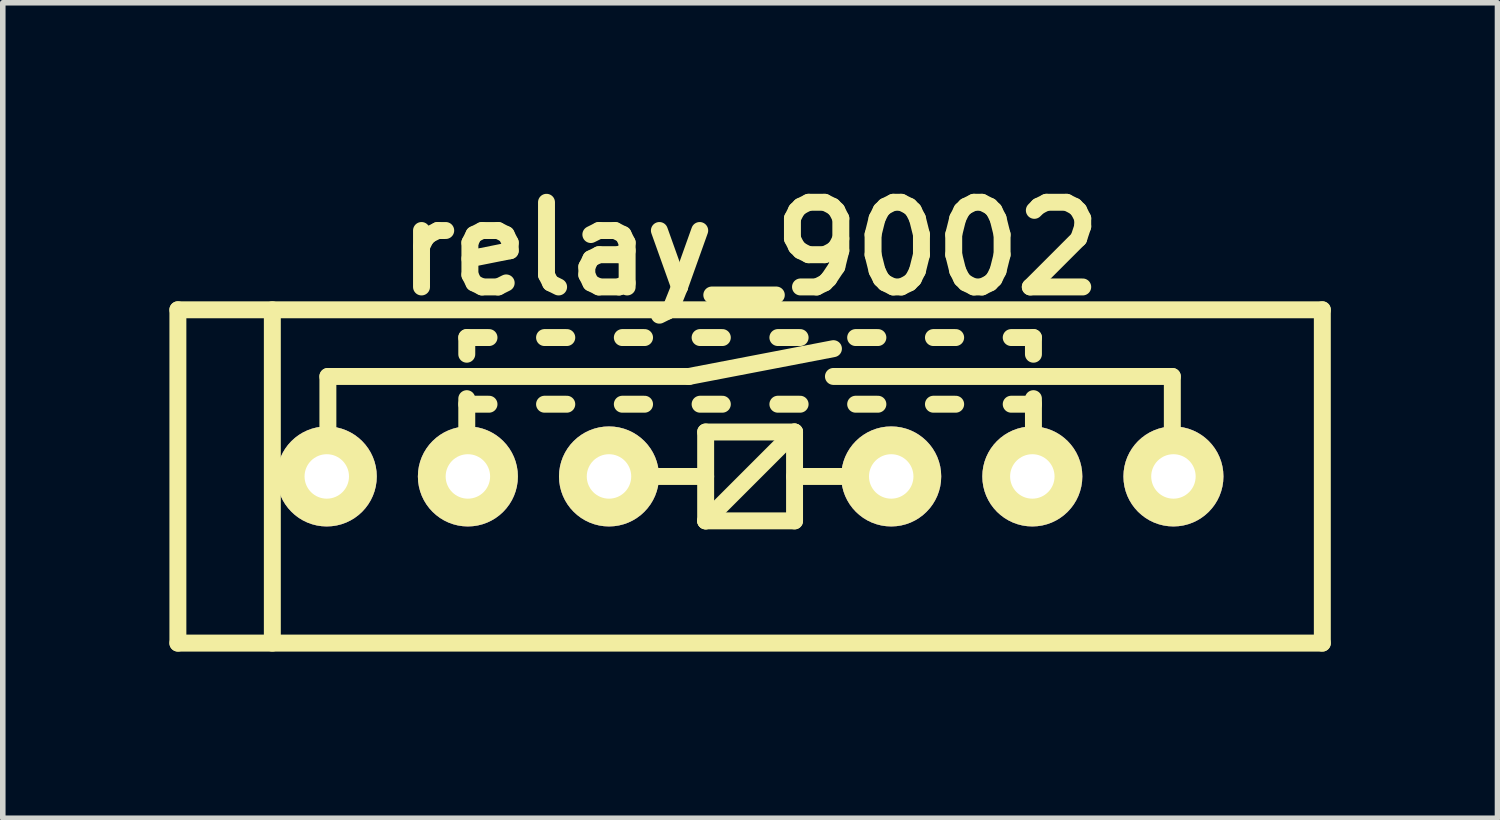
<source format=kicad_pcb>
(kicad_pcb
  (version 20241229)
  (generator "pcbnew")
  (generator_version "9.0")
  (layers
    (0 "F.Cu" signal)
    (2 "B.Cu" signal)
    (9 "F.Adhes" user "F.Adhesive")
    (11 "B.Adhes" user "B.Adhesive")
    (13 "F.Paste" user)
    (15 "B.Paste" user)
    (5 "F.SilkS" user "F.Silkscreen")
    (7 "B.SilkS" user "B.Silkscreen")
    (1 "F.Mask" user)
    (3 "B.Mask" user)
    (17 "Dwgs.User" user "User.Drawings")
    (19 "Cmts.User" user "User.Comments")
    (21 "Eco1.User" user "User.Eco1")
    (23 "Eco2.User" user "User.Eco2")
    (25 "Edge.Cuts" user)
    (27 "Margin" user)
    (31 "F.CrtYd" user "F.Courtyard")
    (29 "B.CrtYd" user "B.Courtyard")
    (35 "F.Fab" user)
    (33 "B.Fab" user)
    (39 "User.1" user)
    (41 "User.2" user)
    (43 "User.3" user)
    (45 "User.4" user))
  (footprint "relay_9002"
    (layer "F.Cu")
    (at 10.452 5.526)
    (property "Reference" "relay_9002" (at 0 -4.1 0) (layer "F.SilkS") (effects (font (size 1.524 1.524) (thickness 0.305))))
    (attr through_hole)
    (fp_line (start -10.3 -3) (end -10.3 3) (stroke (width 0.305) (type solid)) (layer "F.SilkS"))
    (fp_line (start -10.3 -3) (end 10.3 -3) (stroke (width 0.305) (type solid)) (layer "F.SilkS"))
    (fp_line (start -10.3 3) (end 10.3 3) (stroke (width 0.305) (type solid)) (layer "F.SilkS"))
    (fp_line (start -8.6 -3) (end -8.6 3) (stroke (width 0.305) (type solid)) (layer "F.SilkS"))
    (fp_line (start -7.6 -1.8) (end -7.6 0) (stroke (width 0.305) (type solid)) (layer "F.SilkS"))
    (fp_line (start -7.6 -1.8) (end -1.1 -1.8) (stroke (width 0.305) (type solid)) (layer "F.SilkS"))
    (fp_line (start -5.1 -2.5) (end -4.7 -2.5) (stroke (width 0.305) (type solid)) (layer "F.SilkS"))
    (fp_line (start -5.1 -2.2) (end -5.1 -2.5) (stroke (width 0.305) (type solid)) (layer "F.SilkS"))
    (fp_line (start -5.1 -1.3) (end -4.7 -1.3) (stroke (width 0.305) (type solid)) (layer "F.SilkS"))
    (fp_line (start -5.1 0) (end -5.1 -1.4) (stroke (width 0.305) (type solid)) (layer "F.SilkS"))
    (fp_line (start -3.7 -2.5) (end -3.3 -2.5) (stroke (width 0.305) (type solid)) (layer "F.SilkS"))
    (fp_line (start -3.7 -1.3) (end -3.3 -1.3) (stroke (width 0.305) (type solid)) (layer "F.SilkS"))
    (fp_line (start -2.5 0) (end -0.8 0) (stroke (width 0.305) (type solid)) (layer "F.SilkS"))
    (fp_line (start -2.3 -2.5) (end -1.9 -2.5) (stroke (width 0.305) (type solid)) (layer "F.SilkS"))
    (fp_line (start -2.3 -1.3) (end -1.9 -1.3) (stroke (width 0.305) (type solid)) (layer "F.SilkS"))
    (fp_line (start -1.1 -1.8) (end 1.5 -2.3) (stroke (width 0.305) (type solid)) (layer "F.SilkS"))
    (fp_line (start -0.9 -2.5) (end -0.5 -2.5) (stroke (width 0.305) (type solid)) (layer "F.SilkS"))
    (fp_line (start -0.9 -1.3) (end -0.5 -1.3) (stroke (width 0.305) (type solid)) (layer "F.SilkS"))
    (fp_line (start -0.8 -0.8) (end 0.8 -0.8) (stroke (width 0.305) (type solid)) (layer "F.SilkS"))
    (fp_line (start -0.8 0.8) (end -0.8 -0.8) (stroke (width 0.305) (type solid)) (layer "F.SilkS"))
    (fp_line (start -0.8 0.8) (end 0.8 -0.8) (stroke (width 0.305) (type solid)) (layer "F.SilkS"))
    (fp_line (start -0.8 0.8) (end 0.8 0.8) (stroke (width 0.305) (type solid)) (layer "F.SilkS"))
    (fp_line (start 0.5 -2.5) (end 0.9 -2.5) (stroke (width 0.305) (type solid)) (layer "F.SilkS"))
    (fp_line (start 0.5 -1.3) (end 0.9 -1.3) (stroke (width 0.305) (type solid)) (layer "F.SilkS"))
    (fp_line (start 0.8 -0.8) (end 0.8 0.8) (stroke (width 0.305) (type solid)) (layer "F.SilkS"))
    (fp_line (start 0.8 0) (end 2.5 0) (stroke (width 0.305) (type solid)) (layer "F.SilkS"))
    (fp_line (start 1.5 -1.8) (end 7.6 -1.8) (stroke (width 0.305) (type solid)) (layer "F.SilkS"))
    (fp_line (start 1.9 -2.5) (end 2.3 -2.5) (stroke (width 0.305) (type solid)) (layer "F.SilkS"))
    (fp_line (start 1.9 -1.3) (end 2.3 -1.3) (stroke (width 0.305) (type solid)) (layer "F.SilkS"))
    (fp_line (start 3.3 -2.5) (end 3.7 -2.5) (stroke (width 0.305) (type solid)) (layer "F.SilkS"))
    (fp_line (start 3.3 -1.3) (end 3.7 -1.3) (stroke (width 0.305) (type solid)) (layer "F.SilkS"))
    (fp_line (start 4.7 -2.5) (end 5.1 -2.5) (stroke (width 0.305) (type solid)) (layer "F.SilkS"))
    (fp_line (start 4.7 -1.3) (end 5.1 -1.3) (stroke (width 0.305) (type solid)) (layer "F.SilkS"))
    (fp_line (start 5.1 -2.2) (end 5.1 -2.5) (stroke (width 0.305) (type solid)) (layer "F.SilkS"))
    (fp_line (start 5.1 0) (end 5.1 -1.4) (stroke (width 0.305) (type solid)) (layer "F.SilkS"))
    (fp_line (start 7.6 -1.8) (end 7.6 0) (stroke (width 0.305) (type solid)) (layer "F.SilkS"))
    (fp_line (start 10.3 -3) (end 10.3 3) (stroke (width 0.305) (type solid)) (layer "F.SilkS"))
    (pad "1" thru_hole circle (at -7.62 0) (size 1.8 1.8) (drill 0.8) (layers "*.Cu" "*.Mask" "F.SilkS"))
    (pad "2" thru_hole circle (at -5.08 0) (size 1.8 1.8) (drill 0.8) (layers "*.Cu" "*.Mask" "F.SilkS"))
    (pad "3" thru_hole circle (at -2.54 0) (size 1.8 1.8) (drill 0.8) (layers "*.Cu" "*.Mask" "F.SilkS"))
    (pad "5" thru_hole circle (at 2.54 0) (size 1.8 1.8) (drill 0.8) (layers "*.Cu" "*.Mask" "F.SilkS"))
    (pad "6" thru_hole circle (at 5.08 0) (size 1.8 1.8) (drill 0.8) (layers "*.Cu" "*.Mask" "F.SilkS"))
    (pad "7" thru_hole circle (at 7.62 0) (size 1.8 1.8) (drill 0.8) (layers "*.Cu" "*.Mask" "F.SilkS")))
  (gr_rect
    (start -3 -3)
    (end 23.905 11.679)
    (stroke (width 0.1) (type default))
    (fill no)
    (layer "Edge.Cuts")))
</source>
